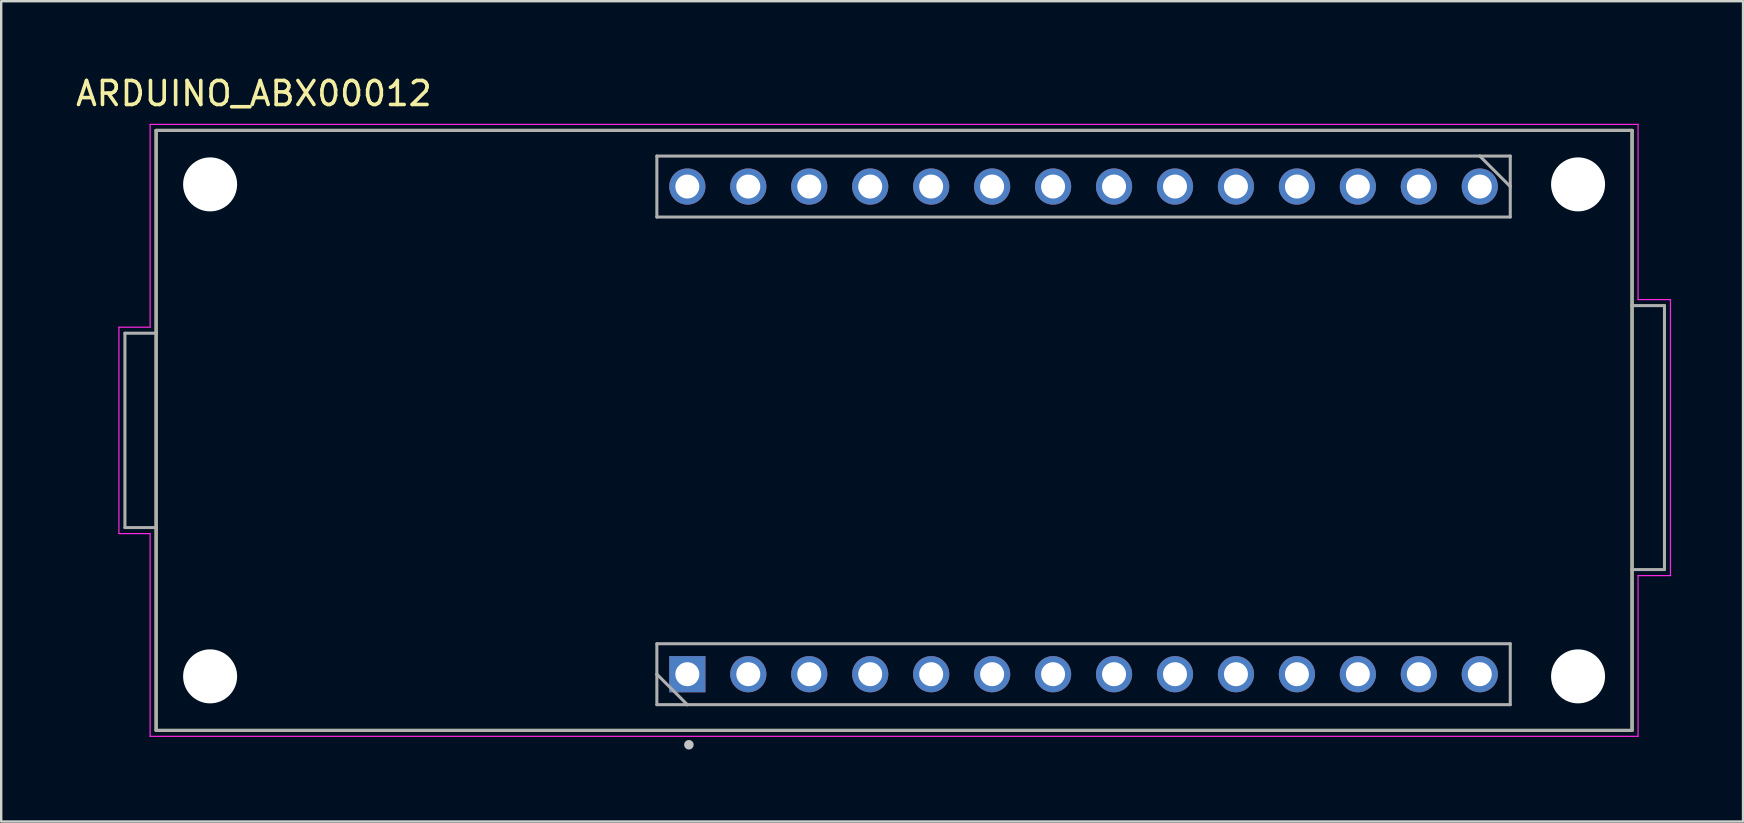
<source format=kicad_pcb>
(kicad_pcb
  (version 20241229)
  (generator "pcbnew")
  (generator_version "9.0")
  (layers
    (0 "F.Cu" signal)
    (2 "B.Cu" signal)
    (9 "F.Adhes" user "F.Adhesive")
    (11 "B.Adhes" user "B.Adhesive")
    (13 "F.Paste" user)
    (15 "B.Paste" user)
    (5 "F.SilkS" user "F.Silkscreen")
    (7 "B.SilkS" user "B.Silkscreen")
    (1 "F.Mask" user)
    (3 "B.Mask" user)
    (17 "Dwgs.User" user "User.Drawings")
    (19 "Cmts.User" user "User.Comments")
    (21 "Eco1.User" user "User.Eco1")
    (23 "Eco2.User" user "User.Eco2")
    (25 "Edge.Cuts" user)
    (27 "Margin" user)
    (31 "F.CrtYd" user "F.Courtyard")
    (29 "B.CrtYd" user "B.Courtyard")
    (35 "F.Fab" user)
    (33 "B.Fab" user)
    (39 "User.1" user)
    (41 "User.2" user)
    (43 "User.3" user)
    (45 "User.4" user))
  (footprint "ARDUINO_ABX00012"
    (layer "F.Cu")
    (at 3.455 27.383)
    (property "Reference" "ARDUINO_ABX00012" (at 4.075 -26.535 0) (layer "F.SilkS") (effects (font (size 1 1) (thickness 0.15))))
    (attr through_hole)
    (fp_line (start 0 -25) (end 61.5 -25) (stroke (width 0.127) (type solid)) (layer "F.SilkS"))
    (fp_line (start 0 -16.55) (end 0 -25) (stroke (width 0.127) (type solid)) (layer "F.SilkS"))
    (fp_line (start 0 -8.45) (end 0 -16.55) (stroke (width 0.127) (type solid)) (layer "F.SilkS"))
    (fp_line (start 0 0) (end 0 -8.45) (stroke (width 0.127) (type solid)) (layer "F.SilkS"))
    (fp_line (start 61.5 -25) (end 61.5 -17.7) (stroke (width 0.127) (type solid)) (layer "F.SilkS"))
    (fp_line (start 61.5 -17.7) (end 61.5 -6.7) (stroke (width 0.127) (type solid)) (layer "F.SilkS"))
    (fp_line (start 61.5 -6.7) (end 61.5 0) (stroke (width 0.127) (type solid)) (layer "F.SilkS"))
    (fp_line (start 61.5 0) (end 0 0) (stroke (width 0.127) (type solid)) (layer "F.SilkS"))
    (fp_circle (center 22.2 0.6) (end 22.3 0.6) (stroke (width 0.2) (type solid)) (fill no) (layer "Dwgs.User"))
    (fp_line (start -1.55 -16.8) (end -1.55 -8.2) (stroke (width 0.05) (type solid)) (layer "F.CrtYd"))
    (fp_line (start -1.55 -8.2) (end -0.25 -8.2) (stroke (width 0.05) (type solid)) (layer "F.CrtYd"))
    (fp_line (start -0.25 -25.25) (end 61.75 -25.25) (stroke (width 0.05) (type solid)) (layer "F.CrtYd"))
    (fp_line (start -0.25 -16.8) (end -1.55 -16.8) (stroke (width 0.05) (type solid)) (layer "F.CrtYd"))
    (fp_line (start -0.25 -16.8) (end -0.25 -25.25) (stroke (width 0.05) (type solid)) (layer "F.CrtYd"))
    (fp_line (start -0.25 0.25) (end -0.25 -8.2) (stroke (width 0.05) (type solid)) (layer "F.CrtYd"))
    (fp_line (start 61.75 -25.25) (end 61.75 -17.95) (stroke (width 0.05) (type solid)) (layer "F.CrtYd"))
    (fp_line (start 61.75 -17.95) (end 63.1 -17.95) (stroke (width 0.05) (type solid)) (layer "F.CrtYd"))
    (fp_line (start 61.75 -6.45) (end 61.75 0.25) (stroke (width 0.05) (type solid)) (layer "F.CrtYd"))
    (fp_line (start 61.75 0.25) (end -0.25 0.25) (stroke (width 0.05) (type solid)) (layer "F.CrtYd"))
    (fp_line (start 63.1 -17.95) (end 63.1 -6.45) (stroke (width 0.05) (type solid)) (layer "F.CrtYd"))
    (fp_line (start 63.1 -6.45) (end 61.75 -6.45) (stroke (width 0.05) (type solid)) (layer "F.CrtYd"))
    (fp_line (start -1.3 -16.55) (end -1.3 -8.45) (stroke (width 0.127) (type solid)) (layer "F.Fab"))
    (fp_line (start -1.3 -8.45) (end 0 -8.45) (stroke (width 0.127) (type solid)) (layer "F.Fab"))
    (fp_line (start 0 -25) (end 61.5 -25) (stroke (width 0.127) (type solid)) (layer "F.Fab"))
    (fp_line (start 0 -16.55) (end -1.3 -16.55) (stroke (width 0.127) (type solid)) (layer "F.Fab"))
    (fp_line (start 0 0) (end 0 -25) (stroke (width 0.127) (type solid)) (layer "F.Fab"))
    (fp_line (start 20.865 -23.93) (end 20.865 -21.39) (stroke (width 0.127) (type solid)) (layer "F.Fab"))
    (fp_line (start 20.865 -21.39) (end 56.425 -21.39) (stroke (width 0.127) (type solid)) (layer "F.Fab"))
    (fp_line (start 20.865 -3.61) (end 20.865 -2.34) (stroke (width 0.127) (type solid)) (layer "F.Fab"))
    (fp_line (start 20.865 -2.34) (end 20.865 -1.07) (stroke (width 0.127) (type solid)) (layer "F.Fab"))
    (fp_line (start 20.865 -1.07) (end 22.135 -1.07) (stroke (width 0.127) (type solid)) (layer "F.Fab"))
    (fp_line (start 22.135 -1.07) (end 20.865 -2.34) (stroke (width 0.127) (type solid)) (layer "F.Fab"))
    (fp_line (start 22.135 -1.07) (end 56.425 -1.07) (stroke (width 0.127) (type solid)) (layer "F.Fab"))
    (fp_line (start 55.155 -23.93) (end 20.865 -23.93) (stroke (width 0.127) (type solid)) (layer "F.Fab"))
    (fp_line (start 55.155 -23.93) (end 56.425 -22.66) (stroke (width 0.127) (type solid)) (layer "F.Fab"))
    (fp_line (start 56.425 -23.93) (end 55.155 -23.93) (stroke (width 0.127) (type solid)) (layer "F.Fab"))
    (fp_line (start 56.425 -22.66) (end 56.425 -23.93) (stroke (width 0.127) (type solid)) (layer "F.Fab"))
    (fp_line (start 56.425 -21.39) (end 56.425 -22.66) (stroke (width 0.127) (type solid)) (layer "F.Fab"))
    (fp_line (start 56.425 -3.61) (end 20.865 -3.61) (stroke (width 0.127) (type solid)) (layer "F.Fab"))
    (fp_line (start 56.425 -1.07) (end 56.425 -3.61) (stroke (width 0.127) (type solid)) (layer "F.Fab"))
    (fp_line (start 61.5 -25) (end 61.5 0) (stroke (width 0.127) (type solid)) (layer "F.Fab"))
    (fp_line (start 61.5 -17.7) (end 62.85 -17.7) (stroke (width 0.127) (type solid)) (layer "F.Fab"))
    (fp_line (start 61.5 0) (end 0 0) (stroke (width 0.127) (type solid)) (layer "F.Fab"))
    (fp_line (start 62.85 -17.7) (end 62.85 -6.7) (stroke (width 0.127) (type solid)) (layer "F.Fab"))
    (fp_line (start 62.85 -6.7) (end 61.5 -6.7) (stroke (width 0.127) (type solid)) (layer "F.Fab"))
    (pad "" np_thru_hole circle (at 2.25 -22.75) (size 2.25 2.25) (drill 2.25) (layers "*.Cu" "*.Mask"))
    (pad "" np_thru_hole circle (at 2.25 -2.25) (size 2.25 2.25) (drill 2.25) (layers "*.Cu" "*.Mask"))
    (pad "" np_thru_hole circle (at 59.25 -22.75) (size 2.25 2.25) (drill 2.25) (layers "*.Cu" "*.Mask"))
    (pad "" np_thru_hole circle (at 59.25 -2.25) (size 2.25 2.25) (drill 2.25) (layers "*.Cu" "*.Mask"))
    (pad "1" thru_hole rect (at 22.135 -2.34) (size 1.508 1.508) (drill 1) (layers "*.Cu" "*.Mask"))
    (pad "2" thru_hole circle (at 24.675 -2.34) (size 1.508 1.508) (drill 1) (layers "*.Cu" "*.Mask"))
    (pad "3" thru_hole circle (at 27.215 -2.34) (size 1.508 1.508) (drill 1) (layers "*.Cu" "*.Mask"))
    (pad "4" thru_hole circle (at 29.755 -2.34) (size 1.508 1.508) (drill 1) (layers "*.Cu" "*.Mask"))
    (pad "5" thru_hole circle (at 32.295 -2.34) (size 1.508 1.508) (drill 1) (layers "*.Cu" "*.Mask"))
    (pad "6" thru_hole circle (at 34.835 -2.34) (size 1.508 1.508) (drill 1) (layers "*.Cu" "*.Mask"))
    (pad "7" thru_hole circle (at 37.375 -2.34) (size 1.508 1.508) (drill 1) (layers "*.Cu" "*.Mask"))
    (pad "8" thru_hole circle (at 39.915 -2.34) (size 1.508 1.508) (drill 1) (layers "*.Cu" "*.Mask"))
    (pad "9" thru_hole circle (at 42.455 -2.34) (size 1.508 1.508) (drill 1) (layers "*.Cu" "*.Mask"))
    (pad "10" thru_hole circle (at 44.995 -2.34) (size 1.508 1.508) (drill 1) (layers "*.Cu" "*.Mask"))
    (pad "11" thru_hole circle (at 47.535 -2.34) (size 1.508 1.508) (drill 1) (layers "*.Cu" "*.Mask"))
    (pad "12" thru_hole circle (at 50.075 -2.34) (size 1.508 1.508) (drill 1) (layers "*.Cu" "*.Mask"))
    (pad "13" thru_hole circle (at 52.615 -2.34) (size 1.508 1.508) (drill 1) (layers "*.Cu" "*.Mask"))
    (pad "14" thru_hole circle (at 55.155 -2.34) (size 1.508 1.508) (drill 1) (layers "*.Cu" "*.Mask"))
    (pad "15" thru_hole circle (at 55.155 -22.66) (size 1.508 1.508) (drill 1) (layers "*.Cu" "*.Mask"))
    (pad "16" thru_hole circle (at 52.615 -22.66) (size 1.508 1.508) (drill 1) (layers "*.Cu" "*.Mask"))
    (pad "17" thru_hole circle (at 50.075 -22.66) (size 1.508 1.508) (drill 1) (layers "*.Cu" "*.Mask"))
    (pad "18" thru_hole circle (at 47.535 -22.66) (size 1.508 1.508) (drill 1) (layers "*.Cu" "*.Mask"))
    (pad "19" thru_hole circle (at 44.995 -22.66) (size 1.508 1.508) (drill 1) (layers "*.Cu" "*.Mask"))
    (pad "20" thru_hole circle (at 42.455 -22.66) (size 1.508 1.508) (drill 1) (layers "*.Cu" "*.Mask"))
    (pad "21" thru_hole circle (at 39.915 -22.66) (size 1.508 1.508) (drill 1) (layers "*.Cu" "*.Mask"))
    (pad "22" thru_hole circle (at 37.375 -22.66) (size 1.508 1.508) (drill 1) (layers "*.Cu" "*.Mask"))
    (pad "23" thru_hole circle (at 34.835 -22.66) (size 1.508 1.508) (drill 1) (layers "*.Cu" "*.Mask"))
    (pad "24" thru_hole circle (at 32.295 -22.66) (size 1.508 1.508) (drill 1) (layers "*.Cu" "*.Mask"))
    (pad "25" thru_hole circle (at 29.755 -22.66) (size 1.508 1.508) (drill 1) (layers "*.Cu" "*.Mask"))
    (pad "26" thru_hole circle (at 27.215 -22.66) (size 1.508 1.508) (drill 1) (layers "*.Cu" "*.Mask"))
    (pad "27" thru_hole circle (at 24.675 -22.66) (size 1.508 1.508) (drill 1) (layers "*.Cu" "*.Mask"))
    (pad "28" thru_hole circle (at 22.135 -22.66) (size 1.508 1.508) (drill 1) (layers "*.Cu" "*.Mask")))
  (gr_rect
    (start -3 -3)
    (end 69.58 31.183)
    (stroke (width 0.1) (type default))
    (fill no)
    (layer "Edge.Cuts")))
</source>
